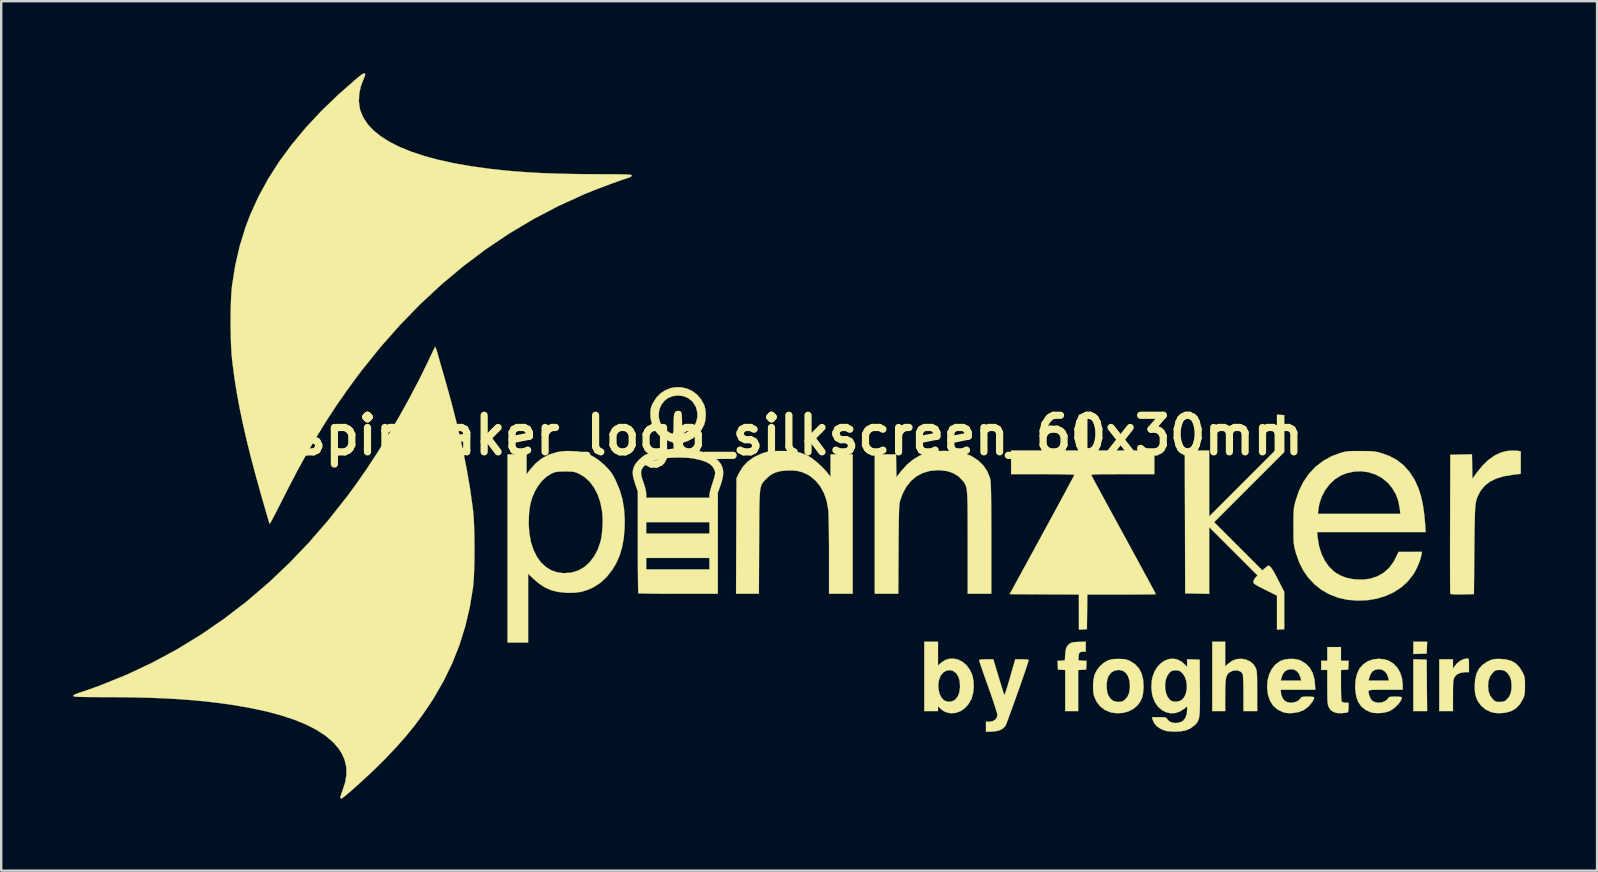
<source format=kicad_pcb>
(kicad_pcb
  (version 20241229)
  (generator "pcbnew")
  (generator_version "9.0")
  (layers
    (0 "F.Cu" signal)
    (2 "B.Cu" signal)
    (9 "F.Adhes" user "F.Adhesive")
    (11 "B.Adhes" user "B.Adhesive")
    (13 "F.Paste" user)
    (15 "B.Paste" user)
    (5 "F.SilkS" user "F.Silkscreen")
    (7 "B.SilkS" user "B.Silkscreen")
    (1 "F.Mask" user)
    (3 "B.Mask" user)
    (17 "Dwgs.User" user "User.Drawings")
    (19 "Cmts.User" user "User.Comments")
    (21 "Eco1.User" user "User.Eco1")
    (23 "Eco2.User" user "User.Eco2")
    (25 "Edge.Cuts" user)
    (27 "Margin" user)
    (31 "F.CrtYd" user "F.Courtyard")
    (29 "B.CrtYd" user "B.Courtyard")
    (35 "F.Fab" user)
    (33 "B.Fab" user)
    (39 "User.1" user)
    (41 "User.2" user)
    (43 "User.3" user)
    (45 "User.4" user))
  (footprint "spinnaker_logo_silkscreen_60x30mm"
    (layer "F.Cu")
    (at 30.263 15.092)
    (property "Reference" "spinnaker_logo_silkscreen_60x30mm" (at 0 0 0) (layer "F.SilkS") (effects (font (size 1.524 1.524) (thickness 0.3))))
    (attr through_hole)
    (fp_poly (pts (xy 25.868 9.341) (xy 26.146 9.35) (xy 26.154 10.422) (xy 26.163 11.493) (xy 25.59 11.493) (xy 25.59 9.332) (xy 25.868 9.341)) (stroke (width 0.01) (type solid)) (fill yes) (layer "F.SilkS"))
    (fp_poly (pts (xy 26.155 8.85) (xy 26.146 9.096) (xy 25.868 9.106) (xy 25.59 9.115) (xy 25.59 8.604) (xy 26.165 8.604) (xy 26.155 8.85)) (stroke (width 0.01) (type solid)) (fill yes) (layer "F.SilkS"))
    (fp_poly (pts (xy 27.866 9.305) (xy 27.89 9.32) (xy 27.902 9.359) (xy 27.907 9.435) (xy 27.908 9.561) (xy 27.908 9.588) (xy 27.908 9.874) (xy 27.742 9.874) (xy 27.558 9.897) (xy 27.412 9.964) (xy 27.311 10.071) (xy 27.297 10.097) (xy 27.278 10.143) (xy 27.263 10.202) (xy 27.253 10.282) (xy 27.247 10.393) (xy 27.243 10.545) (xy 27.242 10.746) (xy 27.242 10.851) (xy 27.241 11.493) (xy 26.67 11.493) (xy 26.67 9.335) (xy 27.241 9.335) (xy 27.242 9.533) (xy 27.242 9.731) (xy 27.301 9.636) (xy 27.415 9.496) (xy 27.558 9.387) (xy 27.713 9.32) (xy 27.828 9.303) (xy 27.866 9.305)) (stroke (width 0.01) (type solid)) (fill yes) (layer "F.SilkS"))
    (fp_poly (pts (xy 11.938 9.017) (xy 11.835 9.017) (xy 11.73 9.029) (xy 11.669 9.07) (xy 11.643 9.153) (xy 11.639 9.229) (xy 11.636 9.382) (xy 11.805 9.392) (xy 11.973 9.401) (xy 11.963 9.582) (xy 11.954 9.763) (xy 11.787 9.773) (xy 11.62 9.782) (xy 11.62 11.493) (xy 11.081 11.493) (xy 11.081 9.782) (xy 10.93 9.773) (xy 10.779 9.763) (xy 10.77 9.582) (xy 10.76 9.402) (xy 10.913 9.392) (xy 11.065 9.382) (xy 11.082 9.128) (xy 11.098 8.969) (xy 11.125 8.857) (xy 11.17 8.775) (xy 11.239 8.705) (xy 11.266 8.684) (xy 11.324 8.651) (xy 11.401 8.629) (xy 11.514 8.616) (xy 11.644 8.609) (xy 11.938 8.598) (xy 11.938 9.017)) (stroke (width 0.01) (type solid)) (fill yes) (layer "F.SilkS"))
    (fp_poly (pts (xy 22.574 9.398) (xy 22.895 9.398) (xy 22.885 9.581) (xy 22.876 9.763) (xy 22.725 9.773) (xy 22.574 9.782) (xy 22.574 10.425) (xy 22.576 10.67) (xy 22.58 10.857) (xy 22.587 10.988) (xy 22.598 11.07) (xy 22.612 11.106) (xy 22.667 11.131) (xy 22.754 11.144) (xy 22.771 11.144) (xy 22.892 11.144) (xy 22.892 11.333) (xy 22.886 11.441) (xy 22.871 11.518) (xy 22.856 11.544) (xy 22.807 11.557) (xy 22.715 11.57) (xy 22.61 11.579) (xy 22.466 11.581) (xy 22.357 11.563) (xy 22.264 11.528) (xy 22.155 11.459) (xy 22.083 11.362) (xy 22.066 11.328) (xy 22.045 11.277) (xy 22.03 11.221) (xy 22.019 11.149) (xy 22.011 11.053) (xy 22.007 10.923) (xy 22.004 10.75) (xy 22.003 10.524) (xy 22.003 10.485) (xy 22.003 9.779) (xy 21.749 9.779) (xy 21.749 9.398) (xy 22.003 9.398) (xy 22.003 8.826) (xy 22.574 8.826) (xy 22.574 9.398)) (stroke (width 0.01) (type solid)) (fill yes) (layer "F.SilkS"))
    (fp_poly (pts (xy 17.748 9.633) (xy 17.851 9.535) (xy 18.034 9.399) (xy 18.232 9.326) (xy 18.443 9.314) (xy 18.609 9.346) (xy 18.793 9.426) (xy 18.932 9.55) (xy 19.021 9.696) (xy 19.039 9.742) (xy 19.053 9.794) (xy 19.064 9.862) (xy 19.071 9.954) (xy 19.076 10.077) (xy 19.079 10.241) (xy 19.081 10.454) (xy 19.081 10.66) (xy 19.082 11.493) (xy 18.51 11.493) (xy 18.51 10.765) (xy 18.509 10.548) (xy 18.505 10.35) (xy 18.499 10.181) (xy 18.492 10.052) (xy 18.483 9.971) (xy 18.479 9.954) (xy 18.414 9.866) (xy 18.312 9.813) (xy 18.187 9.796) (xy 18.056 9.816) (xy 17.935 9.876) (xy 17.901 9.902) (xy 17.854 9.952) (xy 17.818 10.011) (xy 17.791 10.088) (xy 17.772 10.192) (xy 17.759 10.331) (xy 17.752 10.514) (xy 17.749 10.747) (xy 17.749 10.866) (xy 17.748 11.493) (xy 17.209 11.493) (xy 17.209 8.604) (xy 17.748 8.604) (xy 17.748 9.633)) (stroke (width 0.01) (type solid)) (fill yes) (layer "F.SilkS"))
    (fp_poly (pts (xy 20.058 -0.851) (xy 20.209 -0.841) (xy 20.209 0.698) (xy 18.748 2.159) (xy 17.288 3.62) (xy 19.299 5.631) (xy 19.414 5.53) (xy 19.484 5.471) (xy 19.534 5.435) (xy 19.545 5.429) (xy 19.591 5.444) (xy 19.644 5.49) (xy 19.707 5.576) (xy 19.785 5.704) (xy 19.882 5.883) (xy 19.947 6.01) (xy 20.209 6.525) (xy 20.209 8.08) (xy 20.058 8.09) (xy 19.907 8.1) (xy 19.907 6.682) (xy 19.415 6.437) (xy 19.236 6.347) (xy 19.107 6.279) (xy 19.018 6.229) (xy 18.964 6.19) (xy 18.935 6.157) (xy 18.924 6.126) (xy 18.923 6.106) (xy 18.947 6.019) (xy 19.008 5.931) (xy 19.009 5.93) (xy 19.096 5.84) (xy 17.081 3.826) (xy 17.081 6.606) (xy 16.581 6.597) (xy 16.081 6.588) (xy 16.073 3.612) (xy 16.065 0.635) (xy 17.081 0.635) (xy 17.081 3.381) (xy 18.494 1.968) (xy 19.907 0.556) (xy 19.907 -0.861) (xy 20.058 -0.851)) (stroke (width 0.01) (type solid)) (fill yes) (layer "F.SilkS"))
    (fp_poly (pts (xy 5.779 9.596) (xy 5.903 9.483) (xy 6.072 9.369) (xy 6.254 9.311) (xy 6.443 9.307) (xy 6.629 9.353) (xy 6.807 9.445) (xy 6.966 9.581) (xy 7.1 9.758) (xy 7.201 9.972) (xy 7.213 10.008) (xy 7.26 10.237) (xy 7.27 10.488) (xy 7.243 10.737) (xy 7.181 10.962) (xy 7.161 11.011) (xy 7.038 11.22) (xy 6.882 11.386) (xy 6.702 11.504) (xy 6.506 11.571) (xy 6.301 11.583) (xy 6.116 11.542) (xy 6.013 11.491) (xy 5.91 11.416) (xy 5.886 11.394) (xy 5.779 11.291) (xy 5.779 11.493) (xy 5.207 11.493) (xy 5.207 10.403) (xy 5.791 10.403) (xy 5.802 10.592) (xy 5.844 10.77) (xy 5.915 10.922) (xy 6.013 11.032) (xy 6.038 11.05) (xy 6.17 11.099) (xy 6.313 11.099) (xy 6.446 11.052) (xy 6.499 11.013) (xy 6.606 10.879) (xy 6.671 10.708) (xy 6.697 10.494) (xy 6.698 10.446) (xy 6.678 10.224) (xy 6.621 10.043) (xy 6.53 9.907) (xy 6.406 9.82) (xy 6.298 9.79) (xy 6.147 9.801) (xy 6.014 9.871) (xy 5.904 9.998) (xy 5.874 10.051) (xy 5.814 10.218) (xy 5.791 10.403) (xy 5.207 10.403) (xy 5.207 8.604) (xy 5.779 8.604) (xy 5.779 9.596)) (stroke (width 0.01) (type solid)) (fill yes) (layer "F.SilkS"))
    (fp_poly (pts (xy 29.852 0.639) (xy 29.945 0.647) (xy 29.952 0.648) (xy 30.067 0.67) (xy 30.067 1.605) (xy 29.726 1.646) (xy 29.363 1.707) (xy 29.053 1.8) (xy 28.794 1.924) (xy 28.582 2.083) (xy 28.417 2.277) (xy 28.338 2.411) (xy 28.3 2.487) (xy 28.268 2.556) (xy 28.24 2.624) (xy 28.217 2.698) (xy 28.199 2.781) (xy 28.183 2.881) (xy 28.171 3.002) (xy 28.161 3.149) (xy 28.154 3.329) (xy 28.148 3.546) (xy 28.143 3.806) (xy 28.139 4.115) (xy 28.135 4.478) (xy 28.132 4.778) (xy 28.115 6.62) (xy 27.63 6.629) (xy 27.433 6.631) (xy 27.292 6.629) (xy 27.199 6.623) (xy 27.147 6.611) (xy 27.129 6.597) (xy 27.127 6.56) (xy 27.125 6.464) (xy 27.124 6.313) (xy 27.122 6.113) (xy 27.121 5.868) (xy 27.121 5.581) (xy 27.12 5.259) (xy 27.12 4.905) (xy 27.12 4.524) (xy 27.121 4.12) (xy 27.122 3.698) (xy 27.122 3.683) (xy 27.13 0.81) (xy 27.582 0.801) (xy 28.034 0.792) (xy 28.042 1.303) (xy 28.051 1.813) (xy 28.224 1.572) (xy 28.467 1.269) (xy 28.72 1.024) (xy 28.983 0.838) (xy 29.253 0.713) (xy 29.528 0.649) (xy 29.586 0.644) (xy 29.723 0.638) (xy 29.852 0.639)) (stroke (width 0.01) (type solid)) (fill yes) (layer "F.SilkS"))
    (fp_poly (pts (xy 8.303 10.057) (xy 8.365 10.262) (xy 8.422 10.448) (xy 8.471 10.607) (xy 8.509 10.728) (xy 8.534 10.802) (xy 8.541 10.822) (xy 8.555 10.804) (xy 8.583 10.733) (xy 8.624 10.616) (xy 8.673 10.461) (xy 8.729 10.275) (xy 8.78 10.099) (xy 8.998 9.335) (xy 9.277 9.335) (xy 9.423 9.337) (xy 9.512 9.347) (xy 9.552 9.364) (xy 9.556 9.374) (xy 9.546 9.419) (xy 9.516 9.515) (xy 9.47 9.657) (xy 9.41 9.835) (xy 9.339 10.043) (xy 9.259 10.272) (xy 9.173 10.517) (xy 9.084 10.768) (xy 8.995 11.019) (xy 8.908 11.261) (xy 8.826 11.488) (xy 8.751 11.692) (xy 8.687 11.866) (xy 8.635 12.001) (xy 8.599 12.09) (xy 8.582 12.125) (xy 8.461 12.237) (xy 8.294 12.313) (xy 8.088 12.348) (xy 8.01 12.351) (xy 7.779 12.351) (xy 7.779 11.938) (xy 7.924 11.938) (xy 8.061 11.913) (xy 8.169 11.845) (xy 8.238 11.744) (xy 8.255 11.651) (xy 8.245 11.598) (xy 8.215 11.493) (xy 8.168 11.344) (xy 8.107 11.157) (xy 8.034 10.941) (xy 7.952 10.703) (xy 7.874 10.484) (xy 7.786 10.236) (xy 7.705 10.007) (xy 7.634 9.802) (xy 7.574 9.63) (xy 7.529 9.497) (xy 7.502 9.41) (xy 7.493 9.377) (xy 7.509 9.356) (xy 7.564 9.343) (xy 7.665 9.336) (xy 7.789 9.335) (xy 8.085 9.335) (xy 8.303 10.057)) (stroke (width 0.01) (type solid)) (fill yes) (layer "F.SilkS"))
    (fp_poly (pts (xy 20.623 9.321) (xy 20.814 9.357) (xy 20.895 9.388) (xy 21.107 9.517) (xy 21.274 9.689) (xy 21.394 9.904) (xy 21.466 10.16) (xy 21.487 10.339) (xy 21.504 10.604) (xy 20.066 10.604) (xy 20.066 10.676) (xy 20.089 10.831) (xy 20.151 10.971) (xy 20.228 11.063) (xy 20.345 11.125) (xy 20.485 11.146) (xy 20.631 11.129) (xy 20.763 11.078) (xy 20.864 10.995) (xy 20.891 10.955) (xy 20.915 10.923) (xy 20.954 10.904) (xy 21.022 10.894) (xy 21.134 10.89) (xy 21.194 10.89) (xy 21.337 10.893) (xy 21.422 10.904) (xy 21.457 10.934) (xy 21.446 10.989) (xy 21.397 11.077) (xy 21.373 11.115) (xy 21.219 11.307) (xy 21.031 11.447) (xy 20.807 11.536) (xy 20.544 11.577) (xy 20.542 11.577) (xy 20.376 11.579) (xy 20.242 11.562) (xy 20.14 11.532) (xy 19.922 11.424) (xy 19.749 11.271) (xy 19.621 11.073) (xy 19.537 10.829) (xy 19.525 10.771) (xy 19.496 10.487) (xy 19.515 10.223) (xy 20.065 10.223) (xy 20.917 10.223) (xy 20.893 10.12) (xy 20.831 9.95) (xy 20.735 9.83) (xy 20.609 9.762) (xy 20.505 9.747) (xy 20.35 9.77) (xy 20.231 9.842) (xy 20.143 9.965) (xy 20.085 10.136) (xy 20.065 10.223) (xy 19.515 10.223) (xy 19.515 10.215) (xy 19.581 9.965) (xy 19.688 9.743) (xy 19.836 9.559) (xy 20.019 9.42) (xy 20.046 9.406) (xy 20.215 9.346) (xy 20.415 9.318) (xy 20.623 9.321)) (stroke (width 0.01) (type solid)) (fill yes) (layer "F.SilkS"))
    (fp_poly (pts (xy 13.455 9.322) (xy 13.565 9.332) (xy 13.653 9.352) (xy 13.741 9.387) (xy 13.787 9.408) (xy 13.994 9.541) (xy 14.154 9.714) (xy 14.265 9.926) (xy 14.329 10.181) (xy 14.347 10.477) (xy 14.345 10.535) (xy 14.325 10.759) (xy 14.283 10.939) (xy 14.213 11.092) (xy 14.109 11.236) (xy 14.082 11.266) (xy 13.913 11.408) (xy 13.706 11.51) (xy 13.473 11.57) (xy 13.228 11.583) (xy 12.985 11.548) (xy 12.96 11.541) (xy 12.734 11.446) (xy 12.543 11.3) (xy 12.391 11.108) (xy 12.285 10.875) (xy 12.285 10.874) (xy 12.256 10.734) (xy 12.243 10.555) (xy 12.245 10.36) (xy 12.809 10.36) (xy 12.81 10.547) (xy 12.836 10.722) (xy 12.882 10.847) (xy 12.977 10.987) (xy 13.09 11.072) (xy 13.232 11.109) (xy 13.293 11.111) (xy 13.408 11.104) (xy 13.492 11.075) (xy 13.559 11.027) (xy 13.672 10.901) (xy 13.742 10.745) (xy 13.775 10.548) (xy 13.778 10.446) (xy 13.758 10.223) (xy 13.7 10.04) (xy 13.608 9.903) (xy 13.483 9.814) (xy 13.329 9.78) (xy 13.309 9.779) (xy 13.138 9.806) (xy 12.999 9.889) (xy 12.892 10.026) (xy 12.884 10.04) (xy 12.834 10.183) (xy 12.809 10.36) (xy 12.245 10.36) (xy 12.245 10.36) (xy 12.263 10.171) (xy 12.295 10.012) (xy 12.301 9.99) (xy 12.393 9.798) (xy 12.53 9.619) (xy 12.699 9.473) (xy 12.834 9.395) (xy 12.932 9.357) (xy 13.03 9.334) (xy 13.15 9.323) (xy 13.304 9.32) (xy 13.455 9.322)) (stroke (width 0.01) (type solid)) (fill yes) (layer "F.SilkS"))
    (fp_poly (pts (xy -0.49 0.656) (xy -0.282 0.667) (xy -0.106 0.692) (xy 0.053 0.731) (xy 0.21 0.789) (xy 0.379 0.866) (xy 0.502 0.941) (xy 0.65 1.053) (xy 0.811 1.191) (xy 0.97 1.343) (xy 1.113 1.495) (xy 1.215 1.619) (xy 1.299 1.73) (xy 1.3 1.262) (xy 1.302 0.794) (xy 2.223 0.794) (xy 2.223 6.604) (xy 1.238 6.604) (xy 1.238 4.999) (xy 1.238 4.642) (xy 1.235 4.305) (xy 1.232 3.995) (xy 1.228 3.717) (xy 1.222 3.479) (xy 1.216 3.288) (xy 1.209 3.149) (xy 1.204 3.089) (xy 1.139 2.734) (xy 1.029 2.413) (xy 0.875 2.131) (xy 0.681 1.893) (xy 0.45 1.701) (xy 0.324 1.626) (xy 0.129 1.54) (xy -0.074 1.487) (xy -0.302 1.464) (xy -0.527 1.466) (xy -0.789 1.493) (xy -1.006 1.553) (xy -1.192 1.65) (xy -1.359 1.791) (xy -1.395 1.829) (xy -1.446 1.884) (xy -1.49 1.933) (xy -1.528 1.981) (xy -1.56 2.032) (xy -1.586 2.091) (xy -1.608 2.163) (xy -1.626 2.253) (xy -1.64 2.365) (xy -1.65 2.504) (xy -1.658 2.676) (xy -1.664 2.884) (xy -1.668 3.134) (xy -1.671 3.43) (xy -1.673 3.777) (xy -1.674 4.18) (xy -1.676 4.453) (xy -1.685 6.604) (xy -2.637 6.604) (xy -2.628 4.199) (xy -2.619 1.794) (xy -2.519 1.582) (xy -2.361 1.321) (xy -2.152 1.097) (xy -1.896 0.912) (xy -1.594 0.769) (xy -1.511 0.74) (xy -1.406 0.708) (xy -1.314 0.684) (xy -1.218 0.669) (xy -1.105 0.66) (xy -0.958 0.655) (xy -0.765 0.653) (xy -0.746 0.653) (xy -0.49 0.656)) (stroke (width 0.01) (type solid)) (fill yes) (layer "F.SilkS"))
    (fp_poly (pts (xy 24.381 9.336) (xy 24.567 9.395) (xy 24.762 9.516) (xy 24.922 9.684) (xy 25.043 9.893) (xy 25.119 10.132) (xy 25.146 10.395) (xy 25.146 10.401) (xy 25.146 10.604) (xy 24.432 10.604) (xy 24.195 10.604) (xy 24.016 10.605) (xy 23.885 10.609) (xy 23.798 10.619) (xy 23.746 10.638) (xy 23.722 10.668) (xy 23.72 10.711) (xy 23.733 10.769) (xy 23.753 10.845) (xy 23.811 10.981) (xy 23.882 11.065) (xy 23.998 11.126) (xy 24.138 11.146) (xy 24.283 11.129) (xy 24.415 11.077) (xy 24.516 10.995) (xy 24.542 10.955) (xy 24.566 10.923) (xy 24.605 10.904) (xy 24.674 10.894) (xy 24.786 10.89) (xy 24.845 10.89) (xy 24.983 10.894) (xy 25.075 10.904) (xy 25.114 10.921) (xy 25.114 10.923) (xy 25.088 11.02) (xy 25.018 11.134) (xy 24.916 11.254) (xy 24.793 11.367) (xy 24.661 11.459) (xy 24.582 11.5) (xy 24.435 11.545) (xy 24.254 11.572) (xy 24.066 11.578) (xy 23.897 11.563) (xy 23.818 11.544) (xy 23.598 11.444) (xy 23.424 11.302) (xy 23.295 11.117) (xy 23.211 10.889) (xy 23.17 10.614) (xy 23.166 10.493) (xy 23.182 10.223) (xy 23.724 10.223) (xy 24.576 10.223) (xy 24.555 10.136) (xy 24.491 9.957) (xy 24.395 9.833) (xy 24.267 9.764) (xy 24.146 9.747) (xy 23.996 9.772) (xy 23.88 9.847) (xy 23.796 9.975) (xy 23.748 10.12) (xy 23.724 10.223) (xy 23.182 10.223) (xy 23.184 10.19) (xy 23.244 9.934) (xy 23.346 9.721) (xy 23.494 9.551) (xy 23.686 9.42) (xy 23.708 9.409) (xy 23.917 9.338) (xy 24.149 9.314) (xy 24.381 9.336)) (stroke (width 0.01) (type solid)) (fill yes) (layer "F.SilkS"))
    (fp_poly (pts (xy 12.002 0.635) (xy 14.796 0.635) (xy 14.796 1.619) (xy 13.474 1.619) (xy 13.143 1.62) (xy 12.87 1.621) (xy 12.651 1.622) (xy 12.48 1.625) (xy 12.352 1.629) (xy 12.262 1.635) (xy 12.205 1.642) (xy 12.176 1.651) (xy 12.17 1.661) (xy 12.17 1.662) (xy 12.187 1.696) (xy 12.233 1.781) (xy 12.304 1.914) (xy 12.4 2.09) (xy 12.517 2.306) (xy 12.653 2.557) (xy 12.807 2.84) (xy 12.975 3.149) (xy 13.156 3.482) (xy 13.348 3.834) (xy 13.523 4.154) (xy 13.721 4.518) (xy 13.911 4.867) (xy 14.09 5.195) (xy 14.255 5.5) (xy 14.405 5.776) (xy 14.538 6.02) (xy 14.65 6.228) (xy 14.741 6.396) (xy 14.807 6.52) (xy 14.847 6.596) (xy 14.859 6.62) (xy 14.828 6.623) (xy 14.74 6.626) (xy 14.602 6.629) (xy 14.419 6.631) (xy 14.197 6.633) (xy 13.944 6.635) (xy 13.666 6.636) (xy 13.431 6.636) (xy 12.003 6.636) (xy 11.994 7.358) (xy 11.986 8.08) (xy 11.819 8.09) (xy 11.652 8.1) (xy 11.652 6.636) (xy 10.209 6.628) (xy 8.766 6.62) (xy 10.114 4.149) (xy 10.314 3.782) (xy 10.504 3.432) (xy 10.684 3.101) (xy 10.851 2.794) (xy 11.002 2.514) (xy 11.135 2.267) (xy 11.248 2.055) (xy 11.34 1.884) (xy 11.408 1.756) (xy 11.449 1.676) (xy 11.462 1.649) (xy 11.431 1.642) (xy 11.341 1.635) (xy 11.197 1.63) (xy 11.005 1.626) (xy 10.767 1.622) (xy 10.49 1.62) (xy 10.178 1.619) (xy 10.144 1.619) (xy 8.826 1.619) (xy 8.826 0.635) (xy 11.652 0.635) (xy 11.652 -0.857) (xy 12.002 -0.857) (xy 12.002 0.635)) (stroke (width 0.01) (type solid)) (fill yes) (layer "F.SilkS"))
    (fp_poly (pts (xy 29.448 9.339) (xy 29.674 9.401) (xy 29.861 9.509) (xy 30.014 9.665) (xy 30.137 9.867) (xy 30.183 9.963) (xy 30.213 10.041) (xy 30.23 10.121) (xy 30.239 10.219) (xy 30.242 10.353) (xy 30.242 10.445) (xy 30.24 10.61) (xy 30.234 10.729) (xy 30.221 10.819) (xy 30.198 10.897) (xy 30.162 10.981) (xy 30.159 10.987) (xy 30.03 11.209) (xy 29.872 11.375) (xy 29.68 11.49) (xy 29.45 11.557) (xy 29.266 11.577) (xy 29.096 11.579) (xy 28.959 11.565) (xy 28.824 11.531) (xy 28.807 11.525) (xy 28.595 11.423) (xy 28.415 11.271) (xy 28.276 11.079) (xy 28.225 10.968) (xy 28.187 10.856) (xy 28.163 10.742) (xy 28.152 10.605) (xy 28.148 10.462) (xy 28.149 10.446) (xy 28.702 10.446) (xy 28.723 10.666) (xy 28.789 10.848) (xy 28.894 10.991) (xy 28.967 11.062) (xy 29.03 11.098) (xy 29.11 11.111) (xy 29.187 11.113) (xy 29.304 11.106) (xy 29.386 11.082) (xy 29.462 11.03) (xy 29.466 11.027) (xy 29.578 10.901) (xy 29.649 10.745) (xy 29.682 10.548) (xy 29.685 10.446) (xy 29.668 10.228) (xy 29.614 10.055) (xy 29.521 9.917) (xy 29.466 9.865) (xy 29.39 9.812) (xy 29.309 9.786) (xy 29.194 9.779) (xy 29.187 9.779) (xy 29.08 9.783) (xy 29.009 9.802) (xy 28.946 9.849) (xy 28.894 9.9) (xy 28.783 10.055) (xy 28.721 10.239) (xy 28.702 10.446) (xy 28.149 10.446) (xy 28.165 10.175) (xy 28.22 9.936) (xy 28.318 9.738) (xy 28.459 9.577) (xy 28.648 9.447) (xy 28.693 9.424) (xy 28.809 9.37) (xy 28.904 9.339) (xy 29.004 9.323) (xy 29.136 9.319) (xy 29.177 9.319) (xy 29.448 9.339)) (stroke (width 0.01) (type solid)) (fill yes) (layer "F.SilkS"))
    (fp_poly (pts (xy 6.08 0.652) (xy 6.283 0.654) (xy 6.436 0.657) (xy 6.554 0.664) (xy 6.649 0.677) (xy 6.736 0.696) (xy 6.828 0.724) (xy 6.874 0.739) (xy 7.182 0.87) (xy 7.445 1.041) (xy 7.661 1.248) (xy 7.827 1.488) (xy 7.938 1.758) (xy 7.966 1.867) (xy 7.973 1.934) (xy 7.98 2.056) (xy 7.986 2.235) (xy 7.991 2.471) (xy 7.995 2.765) (xy 7.998 3.118) (xy 8 3.532) (xy 8.001 4.008) (xy 8.001 4.32) (xy 8.001 6.604) (xy 7.017 6.604) (xy 7.017 4.483) (xy 7.017 4.044) (xy 7.016 3.663) (xy 7.015 3.337) (xy 7.013 3.06) (xy 7.01 2.828) (xy 7.004 2.635) (xy 6.997 2.477) (xy 6.987 2.349) (xy 6.974 2.246) (xy 6.958 2.164) (xy 6.938 2.098) (xy 6.914 2.043) (xy 6.886 1.994) (xy 6.853 1.947) (xy 6.816 1.898) (xy 6.639 1.714) (xy 6.422 1.58) (xy 6.165 1.493) (xy 5.868 1.456) (xy 5.764 1.454) (xy 5.44 1.484) (xy 5.145 1.57) (xy 4.882 1.71) (xy 4.653 1.902) (xy 4.459 2.146) (xy 4.303 2.439) (xy 4.203 2.715) (xy 4.191 2.76) (xy 4.181 2.813) (xy 4.172 2.879) (xy 4.165 2.962) (xy 4.159 3.069) (xy 4.154 3.204) (xy 4.15 3.372) (xy 4.146 3.58) (xy 4.143 3.832) (xy 4.14 4.133) (xy 4.137 4.489) (xy 4.136 4.755) (xy 4.124 6.604) (xy 3.143 6.604) (xy 3.143 0.794) (xy 4.031 0.794) (xy 4.039 1.269) (xy 4.048 1.745) (xy 4.231 1.508) (xy 4.485 1.222) (xy 4.763 0.994) (xy 5.07 0.818) (xy 5.35 0.711) (xy 5.436 0.687) (xy 5.53 0.671) (xy 5.645 0.66) (xy 5.792 0.654) (xy 5.986 0.652) (xy 6.08 0.652)) (stroke (width 0.01) (type solid)) (fill yes) (layer "F.SilkS"))
    (fp_poly (pts (xy 15.765 9.346) (xy 15.936 9.438) (xy 16.025 9.514) (xy 16.161 9.65) (xy 16.161 9.332) (xy 16.423 9.341) (xy 16.685 9.35) (xy 16.693 10.492) (xy 16.695 10.825) (xy 16.695 11.101) (xy 16.693 11.327) (xy 16.687 11.509) (xy 16.676 11.654) (xy 16.66 11.767) (xy 16.636 11.856) (xy 16.605 11.927) (xy 16.566 11.987) (xy 16.517 12.041) (xy 16.457 12.097) (xy 16.448 12.105) (xy 16.29 12.22) (xy 16.108 12.297) (xy 15.892 12.338) (xy 15.651 12.348) (xy 15.513 12.343) (xy 15.389 12.335) (xy 15.301 12.324) (xy 15.288 12.321) (xy 15.081 12.247) (xy 14.912 12.137) (xy 14.789 11.998) (xy 14.72 11.836) (xy 14.719 11.835) (xy 14.699 11.748) (xy 14.993 11.748) (xy 15.131 11.749) (xy 15.22 11.753) (xy 15.274 11.766) (xy 15.307 11.79) (xy 15.334 11.829) (xy 15.341 11.841) (xy 15.421 11.923) (xy 15.54 11.974) (xy 15.68 11.992) (xy 15.823 11.975) (xy 15.953 11.923) (xy 15.989 11.898) (xy 16.089 11.78) (xy 16.146 11.618) (xy 16.161 11.46) (xy 16.161 11.297) (xy 16.058 11.384) (xy 15.868 11.509) (xy 15.671 11.574) (xy 15.474 11.584) (xy 15.284 11.542) (xy 15.107 11.449) (xy 14.951 11.31) (xy 14.823 11.128) (xy 14.731 10.905) (xy 14.704 10.801) (xy 14.671 10.517) (xy 14.68 10.365) (xy 15.246 10.365) (xy 15.248 10.555) (xy 15.282 10.737) (xy 15.345 10.897) (xy 15.439 11.021) (xy 15.489 11.06) (xy 15.596 11.097) (xy 15.728 11.1) (xy 15.858 11.069) (xy 15.922 11.037) (xy 16.028 10.932) (xy 16.102 10.785) (xy 16.143 10.612) (xy 16.152 10.426) (xy 16.127 10.241) (xy 16.069 10.071) (xy 15.977 9.93) (xy 15.954 9.906) (xy 15.873 9.836) (xy 15.798 9.804) (xy 15.698 9.795) (xy 15.685 9.795) (xy 15.576 9.803) (xy 15.498 9.834) (xy 15.431 9.889) (xy 15.337 10.018) (xy 15.275 10.181) (xy 15.246 10.365) (xy 14.68 10.365) (xy 14.687 10.23) (xy 14.717 10.081) (xy 14.801 9.85) (xy 14.919 9.655) (xy 15.064 9.501) (xy 15.227 9.39) (xy 15.404 9.325) (xy 15.585 9.309) (xy 15.765 9.346)) (stroke (width 0.01) (type solid)) (fill yes) (layer "F.SilkS"))
    (fp_poly (pts (xy -9.25 0.676) (xy -8.936 0.74) (xy -8.652 0.85) (xy -8.387 1.012) (xy -8.132 1.23) (xy -8.091 1.27) (xy -7.965 1.4) (xy -7.872 1.509) (xy -7.795 1.617) (xy -7.723 1.745) (xy -7.641 1.909) (xy -7.483 2.285) (xy -7.371 2.673) (xy -7.303 3.082) (xy -7.277 3.524) (xy -7.282 3.858) (xy -7.318 4.289) (xy -7.388 4.674) (xy -7.494 5.024) (xy -7.64 5.348) (xy -7.791 5.6) (xy -8.025 5.9) (xy -8.289 6.145) (xy -8.583 6.334) (xy -8.62 6.353) (xy -8.867 6.459) (xy -9.11 6.527) (xy -9.369 6.56) (xy -9.663 6.564) (xy -9.716 6.562) (xy -10.042 6.529) (xy -10.329 6.46) (xy -10.591 6.348) (xy -10.84 6.187) (xy -11.092 5.971) (xy -11.104 5.96) (xy -11.303 5.768) (xy -11.303 8.636) (xy -12.16 8.636) (xy -12.16 3.714) (xy -11.279 3.714) (xy -11.25 4.102) (xy -11.183 4.456) (xy -11.079 4.774) (xy -10.942 5.052) (xy -10.773 5.288) (xy -10.574 5.478) (xy -10.349 5.62) (xy -10.098 5.71) (xy -9.824 5.746) (xy -9.53 5.725) (xy -9.455 5.711) (xy -9.19 5.623) (xy -8.947 5.479) (xy -8.732 5.283) (xy -8.547 5.039) (xy -8.397 4.753) (xy -8.285 4.428) (xy -8.283 4.421) (xy -8.24 4.202) (xy -8.211 3.942) (xy -8.198 3.666) (xy -8.201 3.394) (xy -8.221 3.159) (xy -8.293 2.796) (xy -8.405 2.468) (xy -8.554 2.179) (xy -8.738 1.934) (xy -8.954 1.738) (xy -9.168 1.61) (xy -9.263 1.566) (xy -9.342 1.537) (xy -9.422 1.52) (xy -9.521 1.511) (xy -9.655 1.508) (xy -9.763 1.508) (xy -9.93 1.509) (xy -10.051 1.515) (xy -10.141 1.527) (xy -10.218 1.548) (xy -10.299 1.581) (xy -10.33 1.595) (xy -10.535 1.722) (xy -10.728 1.901) (xy -10.899 2.122) (xy -11.015 2.324) (xy -11.119 2.562) (xy -11.192 2.793) (xy -11.24 3.042) (xy -11.267 3.295) (xy -11.279 3.714) (xy -12.16 3.714) (xy -12.16 0.794) (xy -11.367 0.794) (xy -11.367 1.623) (xy -11.216 1.424) (xy -10.981 1.16) (xy -10.716 0.952) (xy -10.422 0.8) (xy -10.095 0.702) (xy -9.735 0.658) (xy -9.604 0.655) (xy -9.25 0.676)) (stroke (width 0.01) (type solid)) (fill yes) (layer "F.SilkS"))
    (fp_poly (pts (xy 23.604 0.657) (xy 23.773 0.661) (xy 23.907 0.67) (xy 24.017 0.683) (xy 24.119 0.703) (xy 24.208 0.725) (xy 24.575 0.854) (xy 24.898 1.026) (xy 25.18 1.246) (xy 25.423 1.516) (xy 25.632 1.838) (xy 25.669 1.907) (xy 25.8 2.199) (xy 25.905 2.524) (xy 25.987 2.889) (xy 26.046 3.301) (xy 26.083 3.723) (xy 26.102 4.032) (xy 21.581 4.032) (xy 21.602 4.261) (xy 21.659 4.611) (xy 21.758 4.935) (xy 21.898 5.224) (xy 22.074 5.473) (xy 22.282 5.675) (xy 22.382 5.745) (xy 22.583 5.857) (xy 22.794 5.935) (xy 23.035 5.987) (xy 23.142 6.002) (xy 23.483 6.016) (xy 23.8 5.974) (xy 24.091 5.877) (xy 24.35 5.729) (xy 24.575 5.53) (xy 24.761 5.282) (xy 24.848 5.12) (xy 24.971 4.859) (xy 25.46 4.859) (xy 25.948 4.858) (xy 25.927 4.989) (xy 25.888 5.148) (xy 25.82 5.337) (xy 25.734 5.534) (xy 25.637 5.719) (xy 25.589 5.797) (xy 25.366 6.081) (xy 25.098 6.327) (xy 24.789 6.531) (xy 24.446 6.691) (xy 24.073 6.806) (xy 23.678 6.873) (xy 23.265 6.889) (xy 22.844 6.855) (xy 22.461 6.77) (xy 22.098 6.631) (xy 21.765 6.443) (xy 21.475 6.213) (xy 21.217 5.939) (xy 21.006 5.639) (xy 20.836 5.303) (xy 20.701 4.922) (xy 20.679 4.842) (xy 20.651 4.736) (xy 20.63 4.644) (xy 20.615 4.553) (xy 20.604 4.454) (xy 20.598 4.334) (xy 20.595 4.182) (xy 20.593 3.987) (xy 20.593 3.794) (xy 20.593 3.556) (xy 20.595 3.371) (xy 20.598 3.27) (xy 21.613 3.27) (xy 25.048 3.27) (xy 25.031 3.104) (xy 24.971 2.765) (xy 24.866 2.466) (xy 24.71 2.199) (xy 24.527 1.981) (xy 24.29 1.783) (xy 24.021 1.636) (xy 23.73 1.541) (xy 23.425 1.499) (xy 23.113 1.512) (xy 22.804 1.582) (xy 22.558 1.681) (xy 22.319 1.832) (xy 22.105 2.034) (xy 21.921 2.276) (xy 21.776 2.548) (xy 21.676 2.839) (xy 21.633 3.077) (xy 21.613 3.27) (xy 20.598 3.27) (xy 20.599 3.226) (xy 20.606 3.111) (xy 20.618 3.013) (xy 20.634 2.923) (xy 20.657 2.828) (xy 20.678 2.746) (xy 20.82 2.323) (xy 21.008 1.941) (xy 21.239 1.604) (xy 21.512 1.313) (xy 21.827 1.069) (xy 22.18 0.873) (xy 22.528 0.742) (xy 22.635 0.71) (xy 22.727 0.687) (xy 22.819 0.672) (xy 22.923 0.662) (xy 23.054 0.657) (xy 23.225 0.656) (xy 23.384 0.656) (xy 23.604 0.657)) (stroke (width 0.01) (type solid)) (fill yes) (layer "F.SilkS"))
    (fp_poly (pts (xy -18.113 -15.081) (xy -18.095 -15.051) (xy -18.1 -15) (xy -18.133 -14.915) (xy -18.162 -14.849) (xy -18.278 -14.538) (xy -18.343 -14.221) (xy -18.356 -13.908) (xy -18.315 -13.612) (xy -18.29 -13.523) (xy -18.167 -13.233) (xy -17.983 -12.958) (xy -17.739 -12.699) (xy -17.435 -12.455) (xy -17.073 -12.227) (xy -16.653 -12.016) (xy -16.176 -11.822) (xy -15.643 -11.644) (xy -15.055 -11.485) (xy -14.413 -11.343) (xy -13.717 -11.219) (xy -12.968 -11.115) (xy -12.843 -11.1) (xy -12.326 -11.043) (xy -11.804 -10.996) (xy -11.269 -10.958) (xy -10.711 -10.928) (xy -10.121 -10.906) (xy -9.491 -10.891) (xy -8.81 -10.883) (xy -8.453 -10.881) (xy -8.108 -10.88) (xy -7.822 -10.879) (xy -7.588 -10.878) (xy -7.401 -10.875) (xy -7.257 -10.872) (xy -7.151 -10.868) (xy -7.075 -10.862) (xy -7.026 -10.855) (xy -6.999 -10.846) (xy -6.987 -10.835) (xy -6.985 -10.827) (xy -7.013 -10.784) (xy -7.1 -10.741) (xy -7.168 -10.718) (xy -7.346 -10.66) (xy -7.569 -10.582) (xy -7.822 -10.491) (xy -8.091 -10.391) (xy -8.362 -10.288) (xy -8.621 -10.187) (xy -8.854 -10.093) (xy -8.976 -10.043) (xy -10.042 -9.556) (xy -11.077 -9.014) (xy -12.081 -8.417) (xy -13.055 -7.764) (xy -13.998 -7.055) (xy -14.911 -6.291) (xy -15.793 -5.472) (xy -16.645 -4.596) (xy -17.467 -3.665) (xy -18.259 -2.678) (xy -18.414 -2.473) (xy -18.874 -1.844) (xy -19.31 -1.215) (xy -19.728 -0.577) (xy -20.133 0.081) (xy -20.532 0.768) (xy -20.93 1.494) (xy -21.334 2.27) (xy -21.467 2.533) (xy -21.594 2.786) (xy -21.713 3.018) (xy -21.819 3.226) (xy -21.912 3.402) (xy -21.986 3.542) (xy -22.04 3.639) (xy -22.071 3.688) (xy -22.076 3.692) (xy -22.088 3.657) (xy -22.115 3.568) (xy -22.156 3.431) (xy -22.208 3.254) (xy -22.269 3.044) (xy -22.337 2.807) (xy -22.411 2.551) (xy -22.414 2.54) (xy -22.646 1.711) (xy -22.852 0.934) (xy -23.034 0.202) (xy -23.192 -0.488) (xy -23.328 -1.144) (xy -23.444 -1.771) (xy -23.54 -2.374) (xy -23.617 -2.959) (xy -23.643 -3.191) (xy -23.665 -3.438) (xy -23.681 -3.732) (xy -23.693 -4.058) (xy -23.7 -4.405) (xy -23.702 -4.761) (xy -23.7 -5.114) (xy -23.692 -5.451) (xy -23.68 -5.76) (xy -23.663 -6.029) (xy -23.644 -6.223) (xy -23.51 -7.075) (xy -23.321 -7.895) (xy -23.077 -8.684) (xy -22.883 -9.195) (xy -22.545 -9.938) (xy -22.147 -10.67) (xy -21.687 -11.391) (xy -21.166 -12.103) (xy -20.582 -12.806) (xy -19.937 -13.499) (xy -19.229 -14.183) (xy -18.499 -14.825) (xy -18.354 -14.945) (xy -18.25 -15.025) (xy -18.178 -15.071) (xy -18.133 -15.087) (xy -18.113 -15.081)) (stroke (width 0.01) (type solid)) (fill yes) (layer "F.SilkS"))
    (fp_poly (pts (xy -15.157 -3.655) (xy -15.129 -3.58) (xy -15.096 -3.474) (xy -15.09 -3.453) (xy -15.063 -3.358) (xy -15.022 -3.214) (xy -14.97 -3.031) (xy -14.909 -2.822) (xy -14.844 -2.597) (xy -14.796 -2.429) (xy -14.511 -1.41) (xy -14.263 -0.439) (xy -14.049 0.486) (xy -13.87 1.37) (xy -13.724 2.215) (xy -13.611 3.025) (xy -13.599 3.127) (xy -13.579 3.347) (xy -13.562 3.614) (xy -13.55 3.919) (xy -13.542 4.251) (xy -13.538 4.596) (xy -13.539 4.946) (xy -13.543 5.287) (xy -13.551 5.61) (xy -13.564 5.901) (xy -13.581 6.152) (xy -13.599 6.334) (xy -13.736 7.17) (xy -13.925 7.972) (xy -14.167 8.745) (xy -14.465 9.495) (xy -14.82 10.228) (xy -15.235 10.948) (xy -15.387 11.185) (xy -15.703 11.65) (xy -16.034 12.095) (xy -16.388 12.532) (xy -16.775 12.971) (xy -17.204 13.425) (xy -17.429 13.653) (xy -17.591 13.812) (xy -17.769 13.983) (xy -17.957 14.161) (xy -18.15 14.339) (xy -18.341 14.513) (xy -18.522 14.677) (xy -18.689 14.824) (xy -18.835 14.95) (xy -18.953 15.048) (xy -19.038 15.113) (xy -19.08 15.138) (xy -19.12 15.126) (xy -19.128 15.115) (xy -19.126 15.073) (xy -19.103 14.987) (xy -19.064 14.872) (xy -19.036 14.799) (xy -18.924 14.454) (xy -18.873 14.126) (xy -18.882 13.815) (xy -18.953 13.517) (xy -19.085 13.232) (xy -19.216 13.034) (xy -19.458 12.763) (xy -19.761 12.51) (xy -20.125 12.275) (xy -20.549 12.057) (xy -21.033 11.858) (xy -21.578 11.677) (xy -22.183 11.514) (xy -22.849 11.37) (xy -23.574 11.243) (xy -23.686 11.226) (xy -24.217 11.152) (xy -24.756 11.089) (xy -25.309 11.037) (xy -25.885 10.994) (xy -26.492 10.961) (xy -27.136 10.936) (xy -27.826 10.921) (xy -28.569 10.913) (xy -28.773 10.912) (xy -29.121 10.911) (xy -29.411 10.91) (xy -29.647 10.908) (xy -29.835 10.905) (xy -29.981 10.902) (xy -30.09 10.897) (xy -30.167 10.892) (xy -30.217 10.884) (xy -30.245 10.876) (xy -30.256 10.865) (xy -30.258 10.858) (xy -30.235 10.826) (xy -30.165 10.788) (xy -30.041 10.741) (xy -29.944 10.709) (xy -29.803 10.662) (xy -29.622 10.6) (xy -29.419 10.528) (xy -29.214 10.453) (xy -29.111 10.414) (xy -28.025 9.974) (xy -26.969 9.477) (xy -25.941 8.923) (xy -24.944 8.314) (xy -23.976 7.649) (xy -23.038 6.929) (xy -22.131 6.154) (xy -21.255 5.324) (xy -20.41 4.439) (xy -19.597 3.499) (xy -18.815 2.506) (xy -18.478 2.047) (xy -18.023 1.393) (xy -17.564 0.691) (xy -17.109 -0.044) (xy -16.665 -0.8) (xy -16.241 -1.563) (xy -15.845 -2.317) (xy -15.486 -3.049) (xy -15.379 -3.278) (xy -15.31 -3.424) (xy -15.251 -3.546) (xy -15.205 -3.635) (xy -15.178 -3.68) (xy -15.174 -3.683) (xy -15.157 -3.655)) (stroke (width 0.01) (type solid)) (fill yes) (layer "F.SilkS"))
    (fp_poly (pts (xy -4.896 -1.998) (xy -4.668 -1.943) (xy -4.454 -1.841) (xy -4.26 -1.694) (xy -4.095 -1.502) (xy -3.966 -1.264) (xy -3.958 -1.244) (xy -3.911 -1.064) (xy -3.897 -0.855) (xy -3.915 -0.641) (xy -3.964 -0.446) (xy -3.967 -0.438) (xy -4.079 -0.227) (xy -4.24 -0.035) (xy -4.437 0.125) (xy -4.656 0.24) (xy -4.74 0.269) (xy -4.824 0.298) (xy -4.865 0.335) (xy -4.88 0.4) (xy -4.883 0.435) (xy -4.893 0.562) (xy -4.645 0.583) (xy -4.31 0.627) (xy -4.009 0.699) (xy -3.748 0.797) (xy -3.535 0.917) (xy -3.394 1.04) (xy -3.275 1.19) (xy -3.201 1.344) (xy -3.171 1.512) (xy -3.182 1.703) (xy -3.234 1.927) (xy -3.284 2.08) (xy -3.396 2.397) (xy -3.397 4.501) (xy -3.397 6.604) (xy -5.043 6.604) (xy -5.36 6.604) (xy -5.658 6.602) (xy -5.931 6.601) (xy -6.173 6.598) (xy -6.377 6.595) (xy -6.537 6.592) (xy -6.649 6.588) (xy -6.704 6.584) (xy -6.71 6.583) (xy -6.713 6.548) (xy -6.717 6.455) (xy -6.72 6.31) (xy -6.723 6.116) (xy -6.725 5.881) (xy -6.728 5.608) (xy -6.729 5.303) (xy -6.73 5.112) (xy -6.382 5.112) (xy -6.382 5.588) (xy -3.747 5.588) (xy -3.747 5.112) (xy -6.382 5.112) (xy -6.73 5.112) (xy -6.73 4.972) (xy -6.731 4.62) (xy -6.731 4.453) (xy -6.731 3.619) (xy -6.382 3.619) (xy -6.382 4.096) (xy -3.747 4.096) (xy -3.747 3.619) (xy -6.382 3.619) (xy -6.731 3.619) (xy -6.731 2.343) (xy -6.846 2.007) (xy -6.909 1.8) (xy -6.941 1.633) (xy -6.942 1.559) (xy -6.597 1.559) (xy -6.584 1.673) (xy -6.545 1.82) (xy -6.48 2.012) (xy -6.465 2.055) (xy -6.419 2.207) (xy -6.389 2.355) (xy -6.382 2.444) (xy -6.382 2.603) (xy -3.747 2.603) (xy -3.747 2.487) (xy -3.736 2.408) (xy -3.709 2.288) (xy -3.669 2.146) (xy -3.639 2.051) (xy -3.58 1.872) (xy -3.539 1.741) (xy -3.516 1.646) (xy -3.508 1.576) (xy -3.514 1.518) (xy -3.532 1.46) (xy -3.543 1.43) (xy -3.616 1.303) (xy -3.729 1.197) (xy -3.886 1.11) (xy -4.093 1.037) (xy -4.357 0.977) (xy -4.423 0.964) (xy -4.611 0.941) (xy -4.837 0.929) (xy -5.083 0.926) (xy -5.332 0.933) (xy -5.567 0.949) (xy -5.771 0.974) (xy -5.905 1.002) (xy -6.144 1.08) (xy -6.335 1.175) (xy -6.472 1.284) (xy -6.489 1.303) (xy -6.549 1.385) (xy -6.586 1.467) (xy -6.597 1.559) (xy -6.942 1.559) (xy -6.942 1.491) (xy -6.911 1.36) (xy -6.862 1.247) (xy -6.788 1.137) (xy -6.679 1.016) (xy -6.556 0.905) (xy -6.439 0.823) (xy -6.425 0.816) (xy -6.283 0.757) (xy -6.095 0.7) (xy -5.88 0.649) (xy -5.654 0.609) (xy -5.56 0.596) (xy -5.239 0.558) (xy -5.239 0.43) (xy -5.242 0.358) (xy -5.259 0.314) (xy -5.305 0.284) (xy -5.394 0.253) (xy -5.42 0.244) (xy -5.662 0.136) (xy -5.865 -0.019) (xy -6.025 -0.216) (xy -6.137 -0.447) (xy -6.197 -0.709) (xy -6.2 -0.756) (xy -5.857 -0.756) (xy -5.815 -0.57) (xy -5.729 -0.397) (xy -5.596 -0.243) (xy -5.415 -0.117) (xy -5.413 -0.116) (xy -5.344 -0.082) (xy -5.297 -0.069) (xy -5.266 -0.085) (xy -5.249 -0.139) (xy -5.241 -0.237) (xy -5.239 -0.388) (xy -5.239 -0.469) (xy -5.236 -0.671) (xy -5.224 -0.818) (xy -5.202 -0.918) (xy -5.166 -0.979) (xy -5.114 -1.009) (xy -5.053 -1.016) (xy -4.992 -1.011) (xy -4.948 -0.992) (xy -4.919 -0.948) (xy -4.901 -0.872) (xy -4.893 -0.753) (xy -4.89 -0.583) (xy -4.889 -0.502) (xy -4.887 -0.31) (xy -4.88 -0.17) (xy -4.869 -0.087) (xy -4.857 -0.064) (xy -4.807 -0.075) (xy -4.73 -0.103) (xy -4.722 -0.106) (xy -4.54 -0.215) (xy -4.398 -0.365) (xy -4.3 -0.545) (xy -4.25 -0.746) (xy -4.251 -0.957) (xy -4.308 -1.168) (xy -4.33 -1.218) (xy -4.454 -1.405) (xy -4.617 -1.542) (xy -4.814 -1.628) (xy -5.043 -1.66) (xy -5.065 -1.66) (xy -5.281 -1.632) (xy -5.466 -1.556) (xy -5.618 -1.441) (xy -5.735 -1.295) (xy -5.815 -1.127) (xy -5.856 -0.944) (xy -5.857 -0.756) (xy -6.2 -0.756) (xy -6.207 -0.875) (xy -6.203 -1.017) (xy -6.188 -1.124) (xy -6.156 -1.224) (xy -6.103 -1.34) (xy -5.959 -1.569) (xy -5.782 -1.75) (xy -5.579 -1.883) (xy -5.359 -1.968) (xy -5.129 -2.006) (xy -4.896 -1.998)) (stroke (width 0.01) (type solid)) (fill yes) (layer "F.SilkS")))
  (gr_rect
    (start -3 -3)
    (end 63.51 33.235)
    (stroke (width 0.1) (type default))
    (fill no)
    (layer "Edge.Cuts")))
</source>
